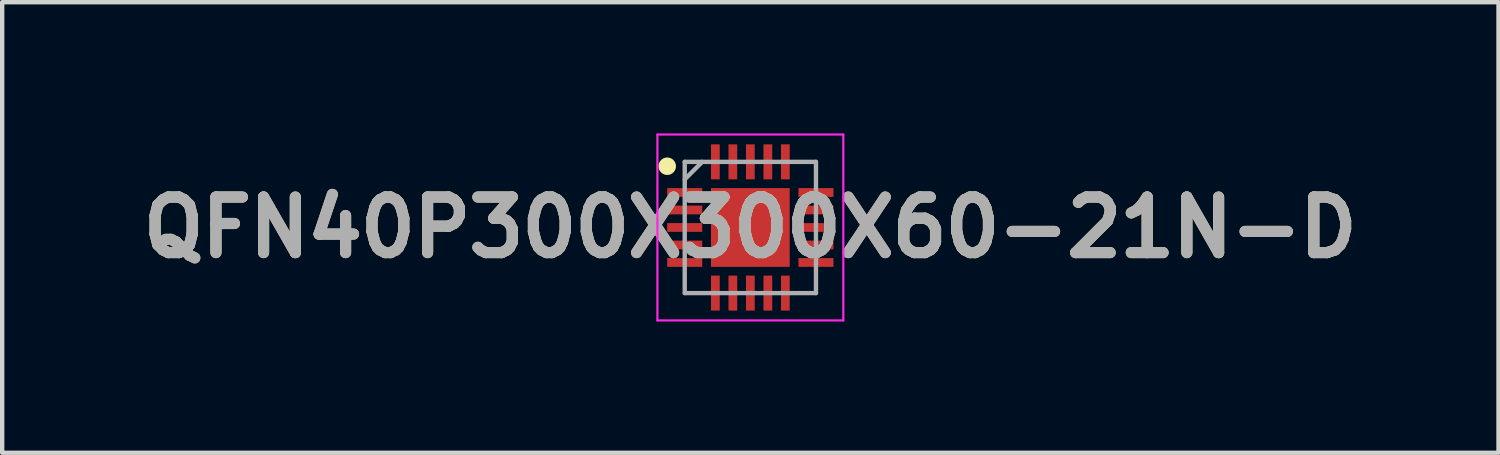
<source format=kicad_pcb>
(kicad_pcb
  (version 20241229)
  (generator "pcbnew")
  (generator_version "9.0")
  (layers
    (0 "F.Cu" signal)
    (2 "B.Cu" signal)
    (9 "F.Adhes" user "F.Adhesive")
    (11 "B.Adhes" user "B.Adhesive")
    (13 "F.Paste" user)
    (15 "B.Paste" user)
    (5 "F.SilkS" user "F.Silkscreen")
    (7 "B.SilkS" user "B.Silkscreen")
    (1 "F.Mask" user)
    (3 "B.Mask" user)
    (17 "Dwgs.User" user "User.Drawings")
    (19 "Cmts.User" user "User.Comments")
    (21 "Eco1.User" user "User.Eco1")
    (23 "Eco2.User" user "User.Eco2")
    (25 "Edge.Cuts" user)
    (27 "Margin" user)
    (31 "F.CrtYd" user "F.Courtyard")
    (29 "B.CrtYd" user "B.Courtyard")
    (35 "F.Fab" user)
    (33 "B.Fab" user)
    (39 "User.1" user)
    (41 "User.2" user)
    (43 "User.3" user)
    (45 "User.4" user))
  (footprint "QFN40P300X300X60-21N-D"
    (layer "F.Cu")
    (at 14.103 2.15)
    (property "Reference" "QFN40P300X300X60-21N-D" (at 0 0 0) (layer "F.SilkS") (effects (font (size 1.27 1.27) (thickness 0.254))))
    (attr smd)
    (fp_circle (center -1.9 -1.4) (end -1.9 -1.3) (stroke (width 0.2) (type solid)) (fill no) (layer "F.SilkS"))
    (fp_line (start -2.125 -2.125) (end 2.125 -2.125) (stroke (width 0.05) (type solid)) (layer "F.CrtYd"))
    (fp_line (start -2.125 2.125) (end -2.125 -2.125) (stroke (width 0.05) (type solid)) (layer "F.CrtYd"))
    (fp_line (start 2.125 -2.125) (end 2.125 2.125) (stroke (width 0.05) (type solid)) (layer "F.CrtYd"))
    (fp_line (start 2.125 2.125) (end -2.125 2.125) (stroke (width 0.05) (type solid)) (layer "F.CrtYd"))
    (fp_line (start -1.5 -1.5) (end 1.5 -1.5) (stroke (width 0.1) (type solid)) (layer "F.Fab"))
    (fp_line (start -1.5 -1.1) (end -1.1 -1.5) (stroke (width 0.1) (type solid)) (layer "F.Fab"))
    (fp_line (start -1.5 1.5) (end -1.5 -1.5) (stroke (width 0.1) (type solid)) (layer "F.Fab"))
    (fp_line (start 1.5 -1.5) (end 1.5 1.5) (stroke (width 0.1) (type solid)) (layer "F.Fab"))
    (fp_line (start 1.5 1.5) (end -1.5 1.5) (stroke (width 0.1) (type solid)) (layer "F.Fab"))
    (fp_text user "${REFERENCE}" (at 0 0 0) (layer "F.Fab") (effects (font (size 1.27 1.27) (thickness 0.254))))
    (pad "1" smd rect (at -1.5 -0.8 90) (size 0.2 0.8) (layers "F.Cu" "F.Mask" "F.Paste"))
    (pad "2" smd rect (at -1.5 -0.4 90) (size 0.2 0.8) (layers "F.Cu" "F.Mask" "F.Paste"))
    (pad "3" smd rect (at -1.5 0 90) (size 0.2 0.8) (layers "F.Cu" "F.Mask" "F.Paste"))
    (pad "4" smd rect (at -1.5 0.4 90) (size 0.2 0.8) (layers "F.Cu" "F.Mask" "F.Paste"))
    (pad "5" smd rect (at -1.5 0.8 90) (size 0.2 0.8) (layers "F.Cu" "F.Mask" "F.Paste"))
    (pad "6" smd rect (at -0.8 1.5) (size 0.2 0.8) (layers "F.Cu" "F.Mask" "F.Paste"))
    (pad "7" smd rect (at -0.4 1.5) (size 0.2 0.8) (layers "F.Cu" "F.Mask" "F.Paste"))
    (pad "8" smd rect (at 0 1.5) (size 0.2 0.8) (layers "F.Cu" "F.Mask" "F.Paste"))
    (pad "9" smd rect (at 0.4 1.5) (size 0.2 0.8) (layers "F.Cu" "F.Mask" "F.Paste"))
    (pad "10" smd rect (at 0.8 1.5) (size 0.2 0.8) (layers "F.Cu" "F.Mask" "F.Paste"))
    (pad "11" smd rect (at 1.5 0.8 90) (size 0.2 0.8) (layers "F.Cu" "F.Mask" "F.Paste"))
    (pad "12" smd rect (at 1.5 0.4 90) (size 0.2 0.8) (layers "F.Cu" "F.Mask" "F.Paste"))
    (pad "13" smd rect (at 1.5 0 90) (size 0.2 0.8) (layers "F.Cu" "F.Mask" "F.Paste"))
    (pad "14" smd rect (at 1.5 -0.4 90) (size 0.2 0.8) (layers "F.Cu" "F.Mask" "F.Paste"))
    (pad "15" smd rect (at 1.5 -0.8 90) (size 0.2 0.8) (layers "F.Cu" "F.Mask" "F.Paste"))
    (pad "16" smd rect (at 0.8 -1.5) (size 0.2 0.8) (layers "F.Cu" "F.Mask" "F.Paste"))
    (pad "17" smd rect (at 0.4 -1.5) (size 0.2 0.8) (layers "F.Cu" "F.Mask" "F.Paste"))
    (pad "18" smd rect (at 0 -1.5) (size 0.2 0.8) (layers "F.Cu" "F.Mask" "F.Paste"))
    (pad "19" smd rect (at -0.4 -1.5) (size 0.2 0.8) (layers "F.Cu" "F.Mask" "F.Paste"))
    (pad "20" smd rect (at -0.8 -1.5) (size 0.2 0.8) (layers "F.Cu" "F.Mask" "F.Paste"))
    (pad "21" smd rect (at 0 0) (size 1.8 1.8) (layers "F.Cu" "F.Mask" "F.Paste")))
  (gr_rect
    (start -3 -3)
    (end 31.206 7.3)
    (stroke (width 0.1) (type default))
    (fill no)
    (layer "Edge.Cuts")))
</source>
